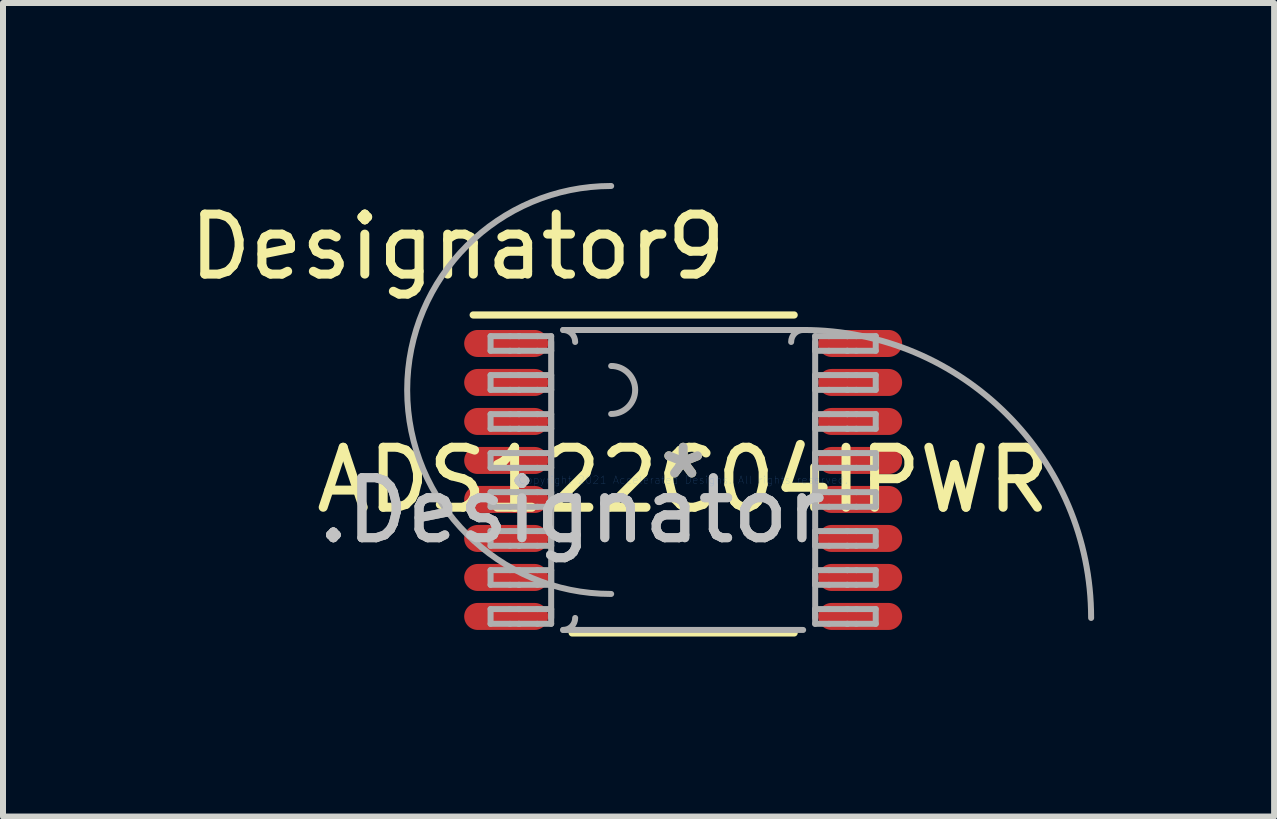
<source format=kicad_pcb>
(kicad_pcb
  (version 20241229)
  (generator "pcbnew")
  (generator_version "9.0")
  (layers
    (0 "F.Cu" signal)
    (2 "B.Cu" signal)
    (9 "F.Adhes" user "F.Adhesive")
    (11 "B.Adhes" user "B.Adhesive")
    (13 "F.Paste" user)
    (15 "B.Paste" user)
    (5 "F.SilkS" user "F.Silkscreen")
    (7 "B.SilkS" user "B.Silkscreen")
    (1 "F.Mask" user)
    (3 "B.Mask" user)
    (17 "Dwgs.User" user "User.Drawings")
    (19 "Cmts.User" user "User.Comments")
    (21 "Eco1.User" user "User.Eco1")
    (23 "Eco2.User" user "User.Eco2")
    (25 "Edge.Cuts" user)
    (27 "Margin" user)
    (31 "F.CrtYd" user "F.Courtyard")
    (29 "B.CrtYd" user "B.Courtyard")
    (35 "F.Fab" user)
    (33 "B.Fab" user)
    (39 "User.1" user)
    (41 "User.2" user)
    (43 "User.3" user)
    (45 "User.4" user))
  (footprint "ADS122C04IPWR"
    (layer "F.Cu")
    (at 8.337 4.95)
    (property "Reference" "ADS122C04IPWR" (at 0 0 0) (layer "F.SilkS") (effects (font (size 1 1) (thickness 0.15))))
    (attr through_hole)
    (fp_line (start -3.5 -2.75) (end 1.85 -2.75) (stroke (width 0.12) (type solid)) (layer "F.SilkS"))
    (fp_line (start -1.85 2.55) (end 1.85 2.55) (stroke (width 0.12) (type solid)) (layer "F.SilkS"))
    (fp_line (start -3.21 -2.397) (end -2.887 -2.397) (stroke (width 0.1) (type solid)) (layer "F.Fab"))
    (fp_line (start -3.21 -2.153) (end -3.21 -2.397) (stroke (width 0.1) (type solid)) (layer "F.Fab"))
    (fp_line (start -3.21 -2.153) (end -2.887 -2.153) (stroke (width 0.1) (type solid)) (layer "F.Fab"))
    (fp_line (start -3.21 -1.748) (end -2.887 -1.748) (stroke (width 0.1) (type solid)) (layer "F.Fab"))
    (fp_line (start -3.21 -1.502) (end -3.21 -1.748) (stroke (width 0.1) (type solid)) (layer "F.Fab"))
    (fp_line (start -3.21 -1.502) (end -2.887 -1.502) (stroke (width 0.1) (type solid)) (layer "F.Fab"))
    (fp_line (start -3.21 -1.097) (end -2.887 -1.097) (stroke (width 0.1) (type solid)) (layer "F.Fab"))
    (fp_line (start -3.21 -0.853) (end -3.21 -1.097) (stroke (width 0.1) (type solid)) (layer "F.Fab"))
    (fp_line (start -3.21 -0.853) (end -2.887 -0.853) (stroke (width 0.1) (type solid)) (layer "F.Fab"))
    (fp_line (start -3.21 -0.448) (end -2.887 -0.448) (stroke (width 0.1) (type solid)) (layer "F.Fab"))
    (fp_line (start -3.21 -0.202) (end -3.21 -0.448) (stroke (width 0.1) (type solid)) (layer "F.Fab"))
    (fp_line (start -3.21 -0.202) (end -2.887 -0.202) (stroke (width 0.1) (type solid)) (layer "F.Fab"))
    (fp_line (start -3.21 0.203) (end -2.887 0.203) (stroke (width 0.1) (type solid)) (layer "F.Fab"))
    (fp_line (start -3.21 0.447) (end -3.21 0.203) (stroke (width 0.1) (type solid)) (layer "F.Fab"))
    (fp_line (start -3.21 0.447) (end -2.887 0.447) (stroke (width 0.1) (type solid)) (layer "F.Fab"))
    (fp_line (start -3.21 0.852) (end -2.887 0.852) (stroke (width 0.1) (type solid)) (layer "F.Fab"))
    (fp_line (start -3.21 1.098) (end -3.21 0.852) (stroke (width 0.1) (type solid)) (layer "F.Fab"))
    (fp_line (start -3.21 1.098) (end -2.887 1.098) (stroke (width 0.1) (type solid)) (layer "F.Fab"))
    (fp_line (start -3.21 1.503) (end -2.887 1.503) (stroke (width 0.1) (type solid)) (layer "F.Fab"))
    (fp_line (start -3.21 1.748) (end -3.21 1.503) (stroke (width 0.1) (type solid)) (layer "F.Fab"))
    (fp_line (start -3.21 1.748) (end -2.887 1.748) (stroke (width 0.1) (type solid)) (layer "F.Fab"))
    (fp_line (start -3.21 2.152) (end -2.887 2.152) (stroke (width 0.1) (type solid)) (layer "F.Fab"))
    (fp_line (start -3.21 2.398) (end -3.21 2.152) (stroke (width 0.1) (type solid)) (layer "F.Fab"))
    (fp_line (start -3.21 2.398) (end -2.887 2.398) (stroke (width 0.1) (type solid)) (layer "F.Fab"))
    (fp_line (start -2.887 -2.397) (end -2.739 -2.397) (stroke (width 0.1) (type solid)) (layer "F.Fab"))
    (fp_line (start -2.887 -2.153) (end -2.739 -2.153) (stroke (width 0.1) (type solid)) (layer "F.Fab"))
    (fp_line (start -2.887 -1.748) (end -2.739 -1.748) (stroke (width 0.1) (type solid)) (layer "F.Fab"))
    (fp_line (start -2.887 -1.502) (end -2.739 -1.502) (stroke (width 0.1) (type solid)) (layer "F.Fab"))
    (fp_line (start -2.887 -1.097) (end -2.739 -1.097) (stroke (width 0.1) (type solid)) (layer "F.Fab"))
    (fp_line (start -2.887 -0.853) (end -2.739 -0.853) (stroke (width 0.1) (type solid)) (layer "F.Fab"))
    (fp_line (start -2.887 -0.448) (end -2.739 -0.448) (stroke (width 0.1) (type solid)) (layer "F.Fab"))
    (fp_line (start -2.887 -0.202) (end -2.739 -0.202) (stroke (width 0.1) (type solid)) (layer "F.Fab"))
    (fp_line (start -2.887 0.203) (end -2.739 0.203) (stroke (width 0.1) (type solid)) (layer "F.Fab"))
    (fp_line (start -2.887 0.447) (end -2.739 0.447) (stroke (width 0.1) (type solid)) (layer "F.Fab"))
    (fp_line (start -2.887 0.852) (end -2.739 0.852) (stroke (width 0.1) (type solid)) (layer "F.Fab"))
    (fp_line (start -2.887 1.098) (end -2.739 1.098) (stroke (width 0.1) (type solid)) (layer "F.Fab"))
    (fp_line (start -2.887 1.503) (end -2.739 1.503) (stroke (width 0.1) (type solid)) (layer "F.Fab"))
    (fp_line (start -2.887 1.748) (end -2.739 1.748) (stroke (width 0.1) (type solid)) (layer "F.Fab"))
    (fp_line (start -2.887 2.152) (end -2.739 2.152) (stroke (width 0.1) (type solid)) (layer "F.Fab"))
    (fp_line (start -2.887 2.398) (end -2.739 2.398) (stroke (width 0.1) (type solid)) (layer "F.Fab"))
    (fp_line (start -2.739 -2.397) (end -2.733 -2.397) (stroke (width 0.1) (type solid)) (layer "F.Fab"))
    (fp_line (start -2.739 -2.153) (end -2.733 -2.153) (stroke (width 0.1) (type solid)) (layer "F.Fab"))
    (fp_line (start -2.739 -1.748) (end -2.733 -1.748) (stroke (width 0.1) (type solid)) (layer "F.Fab"))
    (fp_line (start -2.739 -1.502) (end -2.733 -1.502) (stroke (width 0.1) (type solid)) (layer "F.Fab"))
    (fp_line (start -2.739 -1.097) (end -2.733 -1.097) (stroke (width 0.1) (type solid)) (layer "F.Fab"))
    (fp_line (start -2.739 -0.853) (end -2.733 -0.853) (stroke (width 0.1) (type solid)) (layer "F.Fab"))
    (fp_line (start -2.739 -0.448) (end -2.733 -0.448) (stroke (width 0.1) (type solid)) (layer "F.Fab"))
    (fp_line (start -2.739 -0.202) (end -2.733 -0.202) (stroke (width 0.1) (type solid)) (layer "F.Fab"))
    (fp_line (start -2.739 0.203) (end -2.733 0.203) (stroke (width 0.1) (type solid)) (layer "F.Fab"))
    (fp_line (start -2.739 0.447) (end -2.733 0.447) (stroke (width 0.1) (type solid)) (layer "F.Fab"))
    (fp_line (start -2.739 0.852) (end -2.733 0.852) (stroke (width 0.1) (type solid)) (layer "F.Fab"))
    (fp_line (start -2.739 1.098) (end -2.733 1.098) (stroke (width 0.1) (type solid)) (layer "F.Fab"))
    (fp_line (start -2.739 1.503) (end -2.733 1.503) (stroke (width 0.1) (type solid)) (layer "F.Fab"))
    (fp_line (start -2.739 1.748) (end -2.733 1.748) (stroke (width 0.1) (type solid)) (layer "F.Fab"))
    (fp_line (start -2.739 2.152) (end -2.733 2.152) (stroke (width 0.1) (type solid)) (layer "F.Fab"))
    (fp_line (start -2.739 2.398) (end -2.733 2.398) (stroke (width 0.1) (type solid)) (layer "F.Fab"))
    (fp_line (start -2.733 -2.397) (end -2.431 -2.397) (stroke (width 0.1) (type solid)) (layer "F.Fab"))
    (fp_line (start -2.733 -2.153) (end -2.431 -2.153) (stroke (width 0.1) (type solid)) (layer "F.Fab"))
    (fp_line (start -2.733 -1.748) (end -2.431 -1.748) (stroke (width 0.1) (type solid)) (layer "F.Fab"))
    (fp_line (start -2.733 -1.502) (end -2.431 -1.502) (stroke (width 0.1) (type solid)) (layer "F.Fab"))
    (fp_line (start -2.733 -1.097) (end -2.431 -1.097) (stroke (width 0.1) (type solid)) (layer "F.Fab"))
    (fp_line (start -2.733 -0.853) (end -2.431 -0.853) (stroke (width 0.1) (type solid)) (layer "F.Fab"))
    (fp_line (start -2.733 -0.448) (end -2.431 -0.448) (stroke (width 0.1) (type solid)) (layer "F.Fab"))
    (fp_line (start -2.733 -0.202) (end -2.431 -0.202) (stroke (width 0.1) (type solid)) (layer "F.Fab"))
    (fp_line (start -2.733 0.203) (end -2.431 0.203) (stroke (width 0.1) (type solid)) (layer "F.Fab"))
    (fp_line (start -2.733 0.447) (end -2.431 0.447) (stroke (width 0.1) (type solid)) (layer "F.Fab"))
    (fp_line (start -2.733 0.852) (end -2.431 0.852) (stroke (width 0.1) (type solid)) (layer "F.Fab"))
    (fp_line (start -2.733 1.098) (end -2.431 1.098) (stroke (width 0.1) (type solid)) (layer "F.Fab"))
    (fp_line (start -2.733 1.503) (end -2.431 1.503) (stroke (width 0.1) (type solid)) (layer "F.Fab"))
    (fp_line (start -2.733 1.748) (end -2.431 1.748) (stroke (width 0.1) (type solid)) (layer "F.Fab"))
    (fp_line (start -2.733 2.152) (end -2.431 2.152) (stroke (width 0.1) (type solid)) (layer "F.Fab"))
    (fp_line (start -2.733 2.398) (end -2.431 2.398) (stroke (width 0.1) (type solid)) (layer "F.Fab"))
    (fp_line (start -2.431 -2.397) (end -2.2 -2.397) (stroke (width 0.1) (type solid)) (layer "F.Fab"))
    (fp_line (start -2.431 -2.153) (end -2.2 -2.153) (stroke (width 0.1) (type solid)) (layer "F.Fab"))
    (fp_line (start -2.431 -1.748) (end -2.2 -1.748) (stroke (width 0.1) (type solid)) (layer "F.Fab"))
    (fp_line (start -2.431 -1.502) (end -2.2 -1.502) (stroke (width 0.1) (type solid)) (layer "F.Fab"))
    (fp_line (start -2.431 -1.097) (end -2.2 -1.097) (stroke (width 0.1) (type solid)) (layer "F.Fab"))
    (fp_line (start -2.431 -0.853) (end -2.2 -0.853) (stroke (width 0.1) (type solid)) (layer "F.Fab"))
    (fp_line (start -2.431 -0.448) (end -2.2 -0.448) (stroke (width 0.1) (type solid)) (layer "F.Fab"))
    (fp_line (start -2.431 -0.202) (end -2.2 -0.202) (stroke (width 0.1) (type solid)) (layer "F.Fab"))
    (fp_line (start -2.431 0.203) (end -2.2 0.203) (stroke (width 0.1) (type solid)) (layer "F.Fab"))
    (fp_line (start -2.431 0.447) (end -2.2 0.447) (stroke (width 0.1) (type solid)) (layer "F.Fab"))
    (fp_line (start -2.431 0.852) (end -2.2 0.852) (stroke (width 0.1) (type solid)) (layer "F.Fab"))
    (fp_line (start -2.431 1.098) (end -2.2 1.098) (stroke (width 0.1) (type solid)) (layer "F.Fab"))
    (fp_line (start -2.431 1.503) (end -2.2 1.503) (stroke (width 0.1) (type solid)) (layer "F.Fab"))
    (fp_line (start -2.431 1.748) (end -2.2 1.748) (stroke (width 0.1) (type solid)) (layer "F.Fab"))
    (fp_line (start -2.431 2.152) (end -2.2 2.152) (stroke (width 0.1) (type solid)) (layer "F.Fab"))
    (fp_line (start -2.431 2.398) (end -2.2 2.398) (stroke (width 0.1) (type solid)) (layer "F.Fab"))
    (fp_line (start -2.2 -2.153) (end -2.2 -2.397) (stroke (width 0.1) (type solid)) (layer "F.Fab"))
    (fp_line (start -2.2 -1.502) (end -2.2 -1.748) (stroke (width 0.1) (type solid)) (layer "F.Fab"))
    (fp_line (start -2.2 -0.853) (end -2.2 -1.097) (stroke (width 0.1) (type solid)) (layer "F.Fab"))
    (fp_line (start -2.2 -0.202) (end -2.2 -0.448) (stroke (width 0.1) (type solid)) (layer "F.Fab"))
    (fp_line (start -2.2 0.447) (end -2.2 0.203) (stroke (width 0.1) (type solid)) (layer "F.Fab"))
    (fp_line (start -2.2 1.098) (end -2.2 0.852) (stroke (width 0.1) (type solid)) (layer "F.Fab"))
    (fp_line (start -2.2 1.748) (end -2.2 1.503) (stroke (width 0.1) (type solid)) (layer "F.Fab"))
    (fp_line (start -2.2 2.3) (end -2.2 -2.3) (stroke (width 0.1) (type solid)) (layer "F.Fab"))
    (fp_line (start -2.2 2.398) (end -2.2 2.152) (stroke (width 0.1) (type solid)) (layer "F.Fab"))
    (fp_line (start -2 -2.5) (end 2 -2.5) (stroke (width 0.1) (type solid)) (layer "F.Fab"))
    (fp_line (start -2 2.5) (end 2 2.5) (stroke (width 0.1) (type solid)) (layer "F.Fab"))
    (fp_line (start 2.2 -2.397) (end 2.43 -2.397) (stroke (width 0.1) (type solid)) (layer "F.Fab"))
    (fp_line (start 2.2 -2.153) (end 2.2 -2.397) (stroke (width 0.1) (type solid)) (layer "F.Fab"))
    (fp_line (start 2.2 -2.153) (end 2.43 -2.153) (stroke (width 0.1) (type solid)) (layer "F.Fab"))
    (fp_line (start 2.2 -1.748) (end 2.43 -1.748) (stroke (width 0.1) (type solid)) (layer "F.Fab"))
    (fp_line (start 2.2 -1.502) (end 2.2 -1.748) (stroke (width 0.1) (type solid)) (layer "F.Fab"))
    (fp_line (start 2.2 -1.502) (end 2.43 -1.502) (stroke (width 0.1) (type solid)) (layer "F.Fab"))
    (fp_line (start 2.2 -1.097) (end 2.43 -1.097) (stroke (width 0.1) (type solid)) (layer "F.Fab"))
    (fp_line (start 2.2 -0.853) (end 2.2 -1.097) (stroke (width 0.1) (type solid)) (layer "F.Fab"))
    (fp_line (start 2.2 -0.853) (end 2.43 -0.853) (stroke (width 0.1) (type solid)) (layer "F.Fab"))
    (fp_line (start 2.2 -0.448) (end 2.43 -0.448) (stroke (width 0.1) (type solid)) (layer "F.Fab"))
    (fp_line (start 2.2 -0.202) (end 2.2 -0.448) (stroke (width 0.1) (type solid)) (layer "F.Fab"))
    (fp_line (start 2.2 -0.202) (end 2.43 -0.202) (stroke (width 0.1) (type solid)) (layer "F.Fab"))
    (fp_line (start 2.2 0.203) (end 2.43 0.203) (stroke (width 0.1) (type solid)) (layer "F.Fab"))
    (fp_line (start 2.2 0.447) (end 2.2 0.203) (stroke (width 0.1) (type solid)) (layer "F.Fab"))
    (fp_line (start 2.2 0.447) (end 2.43 0.447) (stroke (width 0.1) (type solid)) (layer "F.Fab"))
    (fp_line (start 2.2 0.852) (end 2.43 0.852) (stroke (width 0.1) (type solid)) (layer "F.Fab"))
    (fp_line (start 2.2 1.098) (end 2.2 0.852) (stroke (width 0.1) (type solid)) (layer "F.Fab"))
    (fp_line (start 2.2 1.098) (end 2.43 1.098) (stroke (width 0.1) (type solid)) (layer "F.Fab"))
    (fp_line (start 2.2 1.503) (end 2.43 1.503) (stroke (width 0.1) (type solid)) (layer "F.Fab"))
    (fp_line (start 2.2 1.748) (end 2.2 1.503) (stroke (width 0.1) (type solid)) (layer "F.Fab"))
    (fp_line (start 2.2 1.748) (end 2.43 1.748) (stroke (width 0.1) (type solid)) (layer "F.Fab"))
    (fp_line (start 2.2 2.152) (end 2.43 2.152) (stroke (width 0.1) (type solid)) (layer "F.Fab"))
    (fp_line (start 2.2 2.3) (end 2.2 -2.3) (stroke (width 0.1) (type solid)) (layer "F.Fab"))
    (fp_line (start 2.2 2.398) (end 2.2 2.152) (stroke (width 0.1) (type solid)) (layer "F.Fab"))
    (fp_line (start 2.2 2.398) (end 2.43 2.398) (stroke (width 0.1) (type solid)) (layer "F.Fab"))
    (fp_line (start 2.43 -2.397) (end 2.733 -2.397) (stroke (width 0.1) (type solid)) (layer "F.Fab"))
    (fp_line (start 2.43 -2.153) (end 2.733 -2.153) (stroke (width 0.1) (type solid)) (layer "F.Fab"))
    (fp_line (start 2.43 -1.748) (end 2.733 -1.748) (stroke (width 0.1) (type solid)) (layer "F.Fab"))
    (fp_line (start 2.43 -1.502) (end 2.733 -1.502) (stroke (width 0.1) (type solid)) (layer "F.Fab"))
    (fp_line (start 2.43 -1.097) (end 2.733 -1.097) (stroke (width 0.1) (type solid)) (layer "F.Fab"))
    (fp_line (start 2.43 -0.853) (end 2.733 -0.853) (stroke (width 0.1) (type solid)) (layer "F.Fab"))
    (fp_line (start 2.43 -0.448) (end 2.733 -0.448) (stroke (width 0.1) (type solid)) (layer "F.Fab"))
    (fp_line (start 2.43 -0.202) (end 2.733 -0.202) (stroke (width 0.1) (type solid)) (layer "F.Fab"))
    (fp_line (start 2.43 0.203) (end 2.733 0.203) (stroke (width 0.1) (type solid)) (layer "F.Fab"))
    (fp_line (start 2.43 0.447) (end 2.733 0.447) (stroke (width 0.1) (type solid)) (layer "F.Fab"))
    (fp_line (start 2.43 0.852) (end 2.733 0.852) (stroke (width 0.1) (type solid)) (layer "F.Fab"))
    (fp_line (start 2.43 1.098) (end 2.733 1.098) (stroke (width 0.1) (type solid)) (layer "F.Fab"))
    (fp_line (start 2.43 1.503) (end 2.733 1.503) (stroke (width 0.1) (type solid)) (layer "F.Fab"))
    (fp_line (start 2.43 1.748) (end 2.733 1.748) (stroke (width 0.1) (type solid)) (layer "F.Fab"))
    (fp_line (start 2.43 2.152) (end 2.733 2.152) (stroke (width 0.1) (type solid)) (layer "F.Fab"))
    (fp_line (start 2.43 2.398) (end 2.733 2.398) (stroke (width 0.1) (type solid)) (layer "F.Fab"))
    (fp_line (start 2.733 -2.397) (end 2.739 -2.397) (stroke (width 0.1) (type solid)) (layer "F.Fab"))
    (fp_line (start 2.733 -2.153) (end 2.739 -2.153) (stroke (width 0.1) (type solid)) (layer "F.Fab"))
    (fp_line (start 2.733 -1.748) (end 2.739 -1.748) (stroke (width 0.1) (type solid)) (layer "F.Fab"))
    (fp_line (start 2.733 -1.502) (end 2.739 -1.502) (stroke (width 0.1) (type solid)) (layer "F.Fab"))
    (fp_line (start 2.733 -1.097) (end 2.739 -1.097) (stroke (width 0.1) (type solid)) (layer "F.Fab"))
    (fp_line (start 2.733 -0.853) (end 2.739 -0.853) (stroke (width 0.1) (type solid)) (layer "F.Fab"))
    (fp_line (start 2.733 -0.448) (end 2.739 -0.448) (stroke (width 0.1) (type solid)) (layer "F.Fab"))
    (fp_line (start 2.733 -0.202) (end 2.739 -0.202) (stroke (width 0.1) (type solid)) (layer "F.Fab"))
    (fp_line (start 2.733 0.203) (end 2.739 0.203) (stroke (width 0.1) (type solid)) (layer "F.Fab"))
    (fp_line (start 2.733 0.447) (end 2.739 0.447) (stroke (width 0.1) (type solid)) (layer "F.Fab"))
    (fp_line (start 2.733 0.852) (end 2.739 0.852) (stroke (width 0.1) (type solid)) (layer "F.Fab"))
    (fp_line (start 2.733 1.098) (end 2.739 1.098) (stroke (width 0.1) (type solid)) (layer "F.Fab"))
    (fp_line (start 2.733 1.503) (end 2.739 1.503) (stroke (width 0.1) (type solid)) (layer "F.Fab"))
    (fp_line (start 2.733 1.748) (end 2.739 1.748) (stroke (width 0.1) (type solid)) (layer "F.Fab"))
    (fp_line (start 2.733 2.152) (end 2.739 2.152) (stroke (width 0.1) (type solid)) (layer "F.Fab"))
    (fp_line (start 2.733 2.398) (end 2.739 2.398) (stroke (width 0.1) (type solid)) (layer "F.Fab"))
    (fp_line (start 2.739 -2.397) (end 2.887 -2.397) (stroke (width 0.1) (type solid)) (layer "F.Fab"))
    (fp_line (start 2.739 -2.153) (end 2.887 -2.153) (stroke (width 0.1) (type solid)) (layer "F.Fab"))
    (fp_line (start 2.739 -1.748) (end 2.887 -1.748) (stroke (width 0.1) (type solid)) (layer "F.Fab"))
    (fp_line (start 2.739 -1.502) (end 2.887 -1.502) (stroke (width 0.1) (type solid)) (layer "F.Fab"))
    (fp_line (start 2.739 -1.097) (end 2.887 -1.097) (stroke (width 0.1) (type solid)) (layer "F.Fab"))
    (fp_line (start 2.739 -0.853) (end 2.887 -0.853) (stroke (width 0.1) (type solid)) (layer "F.Fab"))
    (fp_line (start 2.739 -0.448) (end 2.887 -0.448) (stroke (width 0.1) (type solid)) (layer "F.Fab"))
    (fp_line (start 2.739 -0.202) (end 2.887 -0.202) (stroke (width 0.1) (type solid)) (layer "F.Fab"))
    (fp_line (start 2.739 0.203) (end 2.887 0.203) (stroke (width 0.1) (type solid)) (layer "F.Fab"))
    (fp_line (start 2.739 0.447) (end 2.887 0.447) (stroke (width 0.1) (type solid)) (layer "F.Fab"))
    (fp_line (start 2.739 0.852) (end 2.887 0.852) (stroke (width 0.1) (type solid)) (layer "F.Fab"))
    (fp_line (start 2.739 1.098) (end 2.887 1.098) (stroke (width 0.1) (type solid)) (layer "F.Fab"))
    (fp_line (start 2.739 1.503) (end 2.887 1.503) (stroke (width 0.1) (type solid)) (layer "F.Fab"))
    (fp_line (start 2.739 1.748) (end 2.887 1.748) (stroke (width 0.1) (type solid)) (layer "F.Fab"))
    (fp_line (start 2.739 2.152) (end 2.887 2.152) (stroke (width 0.1) (type solid)) (layer "F.Fab"))
    (fp_line (start 2.739 2.398) (end 2.887 2.398) (stroke (width 0.1) (type solid)) (layer "F.Fab"))
    (fp_line (start 2.887 -2.397) (end 3.21 -2.397) (stroke (width 0.1) (type solid)) (layer "F.Fab"))
    (fp_line (start 2.887 -2.153) (end 3.21 -2.153) (stroke (width 0.1) (type solid)) (layer "F.Fab"))
    (fp_line (start 2.887 -1.748) (end 3.21 -1.748) (stroke (width 0.1) (type solid)) (layer "F.Fab"))
    (fp_line (start 2.887 -1.502) (end 3.21 -1.502) (stroke (width 0.1) (type solid)) (layer "F.Fab"))
    (fp_line (start 2.887 -1.097) (end 3.21 -1.097) (stroke (width 0.1) (type solid)) (layer "F.Fab"))
    (fp_line (start 2.887 -0.853) (end 3.21 -0.853) (stroke (width 0.1) (type solid)) (layer "F.Fab"))
    (fp_line (start 2.887 -0.448) (end 3.21 -0.448) (stroke (width 0.1) (type solid)) (layer "F.Fab"))
    (fp_line (start 2.887 -0.202) (end 3.21 -0.202) (stroke (width 0.1) (type solid)) (layer "F.Fab"))
    (fp_line (start 2.887 0.203) (end 3.21 0.203) (stroke (width 0.1) (type solid)) (layer "F.Fab"))
    (fp_line (start 2.887 0.447) (end 3.21 0.447) (stroke (width 0.1) (type solid)) (layer "F.Fab"))
    (fp_line (start 2.887 0.852) (end 3.21 0.852) (stroke (width 0.1) (type solid)) (layer "F.Fab"))
    (fp_line (start 2.887 1.098) (end 3.21 1.098) (stroke (width 0.1) (type solid)) (layer "F.Fab"))
    (fp_line (start 2.887 1.503) (end 3.21 1.503) (stroke (width 0.1) (type solid)) (layer "F.Fab"))
    (fp_line (start 2.887 1.748) (end 3.21 1.748) (stroke (width 0.1) (type solid)) (layer "F.Fab"))
    (fp_line (start 2.887 2.152) (end 3.21 2.152) (stroke (width 0.1) (type solid)) (layer "F.Fab"))
    (fp_line (start 2.887 2.398) (end 3.21 2.398) (stroke (width 0.1) (type solid)) (layer "F.Fab"))
    (fp_line (start 3.21 -2.153) (end 3.21 -2.397) (stroke (width 0.1) (type solid)) (layer "F.Fab"))
    (fp_line (start 3.21 -1.502) (end 3.21 -1.748) (stroke (width 0.1) (type solid)) (layer "F.Fab"))
    (fp_line (start 3.21 -0.853) (end 3.21 -1.097) (stroke (width 0.1) (type solid)) (layer "F.Fab"))
    (fp_line (start 3.21 -0.202) (end 3.21 -0.448) (stroke (width 0.1) (type solid)) (layer "F.Fab"))
    (fp_line (start 3.21 0.447) (end 3.21 0.203) (stroke (width 0.1) (type solid)) (layer "F.Fab"))
    (fp_line (start 3.21 1.098) (end 3.21 0.852) (stroke (width 0.1) (type solid)) (layer "F.Fab"))
    (fp_line (start 3.21 1.748) (end 3.21 1.503) (stroke (width 0.1) (type solid)) (layer "F.Fab"))
    (fp_line (start 3.21 2.398) (end 3.21 2.152) (stroke (width 0.1) (type solid)) (layer "F.Fab"))
    (fp_arc (start -2.000001 -2.5) (mid -1.85858 -2.441421) (end -1.800001 -2.3) (stroke (width 0.1) (type solid)) (layer "F.Fab"))
    (fp_arc (start -1.800001 2.300016) (mid -1.85858 2.441437) (end -2.000001 2.500016) (stroke (width 0.1) (type solid)) (layer "F.Fab"))
    (fp_arc (start -1.200003 -1.900001) (mid -0.800004 -1.500002) (end -1.200003 -1.100003) (stroke (width 0.1) (type solid)) (layer "F.Fab"))
    (fp_arc (start -1.200003 1.900001) (mid -4.600006 -1.500002) (end -1.200003 -4.900005) (stroke (width 0.1) (type solid)) (layer "F.Fab"))
    (fp_arc (start 1.799991 -2.3) (mid 1.85857 -2.441421) (end 1.999991 -2.5) (stroke (width 0.1) (type solid)) (layer "F.Fab"))
    (fp_arc (start 1.999991 -2.500015) (mid 5.394125 -1.094118) (end 6.800022 2.300016) (stroke (width 0.1) (type solid)) (layer "F.Fab"))
    (fp_text user "Designator9" (at -3.759 -3.886 0) (layer "F.SilkS") (effects (font (size 1 1) (thickness 0.15))))
    (fp_text user "*" (at 0 0 0) (layer "F.SilkS") (effects (font (size 1 1) (thickness 0.15))))
    (fp_text user ".Designator" (at -1.854 0.508 0) (layer "Dwgs.User") (effects (font (size 1 1) (thickness 0.15))))
    (fp_text user "Copyright 2021 Accelerated Designs. All rights reserved." (at 0 0 0) (layer "Cmts.User") (effects (font (size 0.127 0.127) (thickness 0.002))))
    (fp_text user ".Designator" (at -1.854 0.508 0) (layer "F.Fab") (effects (font (size 1 1) (thickness 0.15))))
    (fp_text user "*" (at 0 0 0) (layer "F.Fab") (effects (font (size 1 1) (thickness 0.15))))
    (pad "1" smd oval (at -2.95 -2.275 90) (size 0.45 1.4) (layers "F.Cu" "F.Mask" "F.Paste"))
    (pad "2" smd oval (at -2.95 -1.625 90) (size 0.45 1.4) (layers "F.Cu" "F.Mask" "F.Paste"))
    (pad "3" smd oval (at -2.95 -0.975 90) (size 0.45 1.4) (layers "F.Cu" "F.Mask" "F.Paste"))
    (pad "4" smd oval (at -2.95 -0.325 90) (size 0.45 1.4) (layers "F.Cu" "F.Mask" "F.Paste"))
    (pad "5" smd oval (at -2.95 0.325 90) (size 0.45 1.4) (layers "F.Cu" "F.Mask" "F.Paste"))
    (pad "6" smd oval (at -2.95 0.975 90) (size 0.45 1.4) (layers "F.Cu" "F.Mask" "F.Paste"))
    (pad "7" smd oval (at -2.95 1.625 90) (size 0.45 1.4) (layers "F.Cu" "F.Mask" "F.Paste"))
    (pad "8" smd oval (at -2.95 2.275 90) (size 0.45 1.4) (layers "F.Cu" "F.Mask" "F.Paste"))
    (pad "9" smd oval (at 2.95 2.275 90) (size 0.45 1.4) (layers "F.Cu" "F.Mask" "F.Paste"))
    (pad "10" smd oval (at 2.95 1.625 90) (size 0.45 1.4) (layers "F.Cu" "F.Mask" "F.Paste"))
    (pad "11" smd oval (at 2.95 0.975 90) (size 0.45 1.4) (layers "F.Cu" "F.Mask" "F.Paste"))
    (pad "12" smd oval (at 2.95 0.325 90) (size 0.45 1.4) (layers "F.Cu" "F.Mask" "F.Paste"))
    (pad "13" smd oval (at 2.95 -0.325 90) (size 0.45 1.4) (layers "F.Cu" "F.Mask" "F.Paste"))
    (pad "14" smd oval (at 2.95 -0.975 90) (size 0.45 1.4) (layers "F.Cu" "F.Mask" "F.Paste"))
    (pad "15" smd oval (at 2.95 -1.625 90) (size 0.45 1.4) (layers "F.Cu" "F.Mask" "F.Paste"))
    (pad "16" smd oval (at 2.95 -2.275 90) (size 0.45 1.4) (layers "F.Cu" "F.Mask" "F.Paste")))
  (gr_rect
    (start -3 -3)
    (end 18.187 10.56)
    (stroke (width 0.1) (type default))
    (fill no)
    (layer "Edge.Cuts")))
</source>
